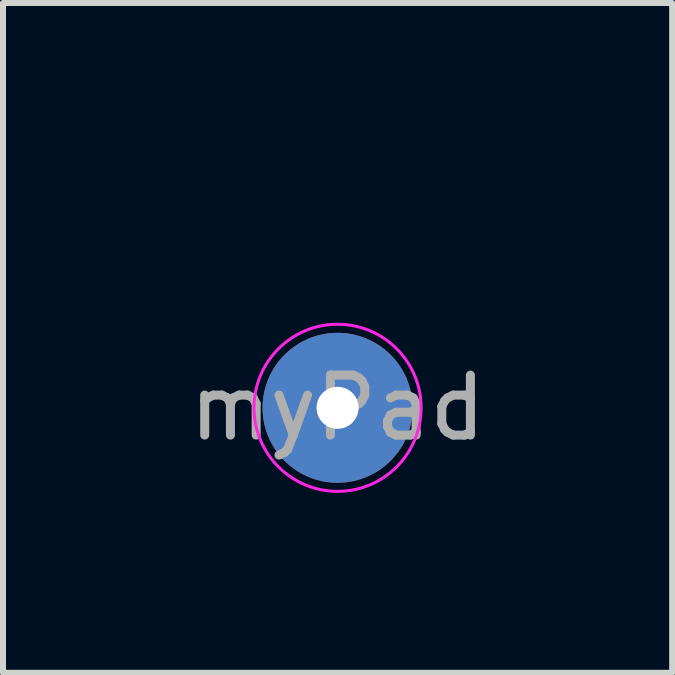
<source format=kicad_pcb>
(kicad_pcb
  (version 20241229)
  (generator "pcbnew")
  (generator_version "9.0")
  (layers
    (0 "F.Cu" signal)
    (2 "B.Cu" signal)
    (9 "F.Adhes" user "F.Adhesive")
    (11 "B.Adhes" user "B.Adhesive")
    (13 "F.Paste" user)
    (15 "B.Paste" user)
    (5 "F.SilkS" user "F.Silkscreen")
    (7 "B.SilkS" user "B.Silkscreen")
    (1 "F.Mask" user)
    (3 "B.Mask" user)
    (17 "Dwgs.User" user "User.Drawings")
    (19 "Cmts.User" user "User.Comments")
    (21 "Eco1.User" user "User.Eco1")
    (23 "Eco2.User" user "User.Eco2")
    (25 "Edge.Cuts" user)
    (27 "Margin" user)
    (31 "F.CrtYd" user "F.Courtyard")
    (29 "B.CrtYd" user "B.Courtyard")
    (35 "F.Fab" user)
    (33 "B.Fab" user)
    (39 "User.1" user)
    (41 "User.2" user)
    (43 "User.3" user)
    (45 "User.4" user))
  (footprint "myPad"
    (layer "F.Cu")
    (at 2.577 3.748)
    (property "Reference" "myPad" (at 0 -2.9 0) (layer "User.1") (effects (font (size 1 1) (thickness 0.15))))
    (attr exclude_from_pos_files)
    (fp_circle (center 0 0) (end 1.3 -0.5) (stroke (width 0.05) (type solid)) (fill no) (layer "F.CrtYd"))
    (fp_text user "${REFERENCE}" (at 0 0 0) (layer "F.Fab") (effects (font (size 1 1) (thickness 0.15))))
    (pad "1" thru_hole circle (at 0 0) (size 2.5 2.5) (drill 0.7) (layers "*.Cu" "*.Mask")))
  (gr_rect
    (start -3 -3)
    (end 8.155 8.166)
    (stroke (width 0.1) (type default))
    (fill no)
    (layer "Edge.Cuts")))
</source>
